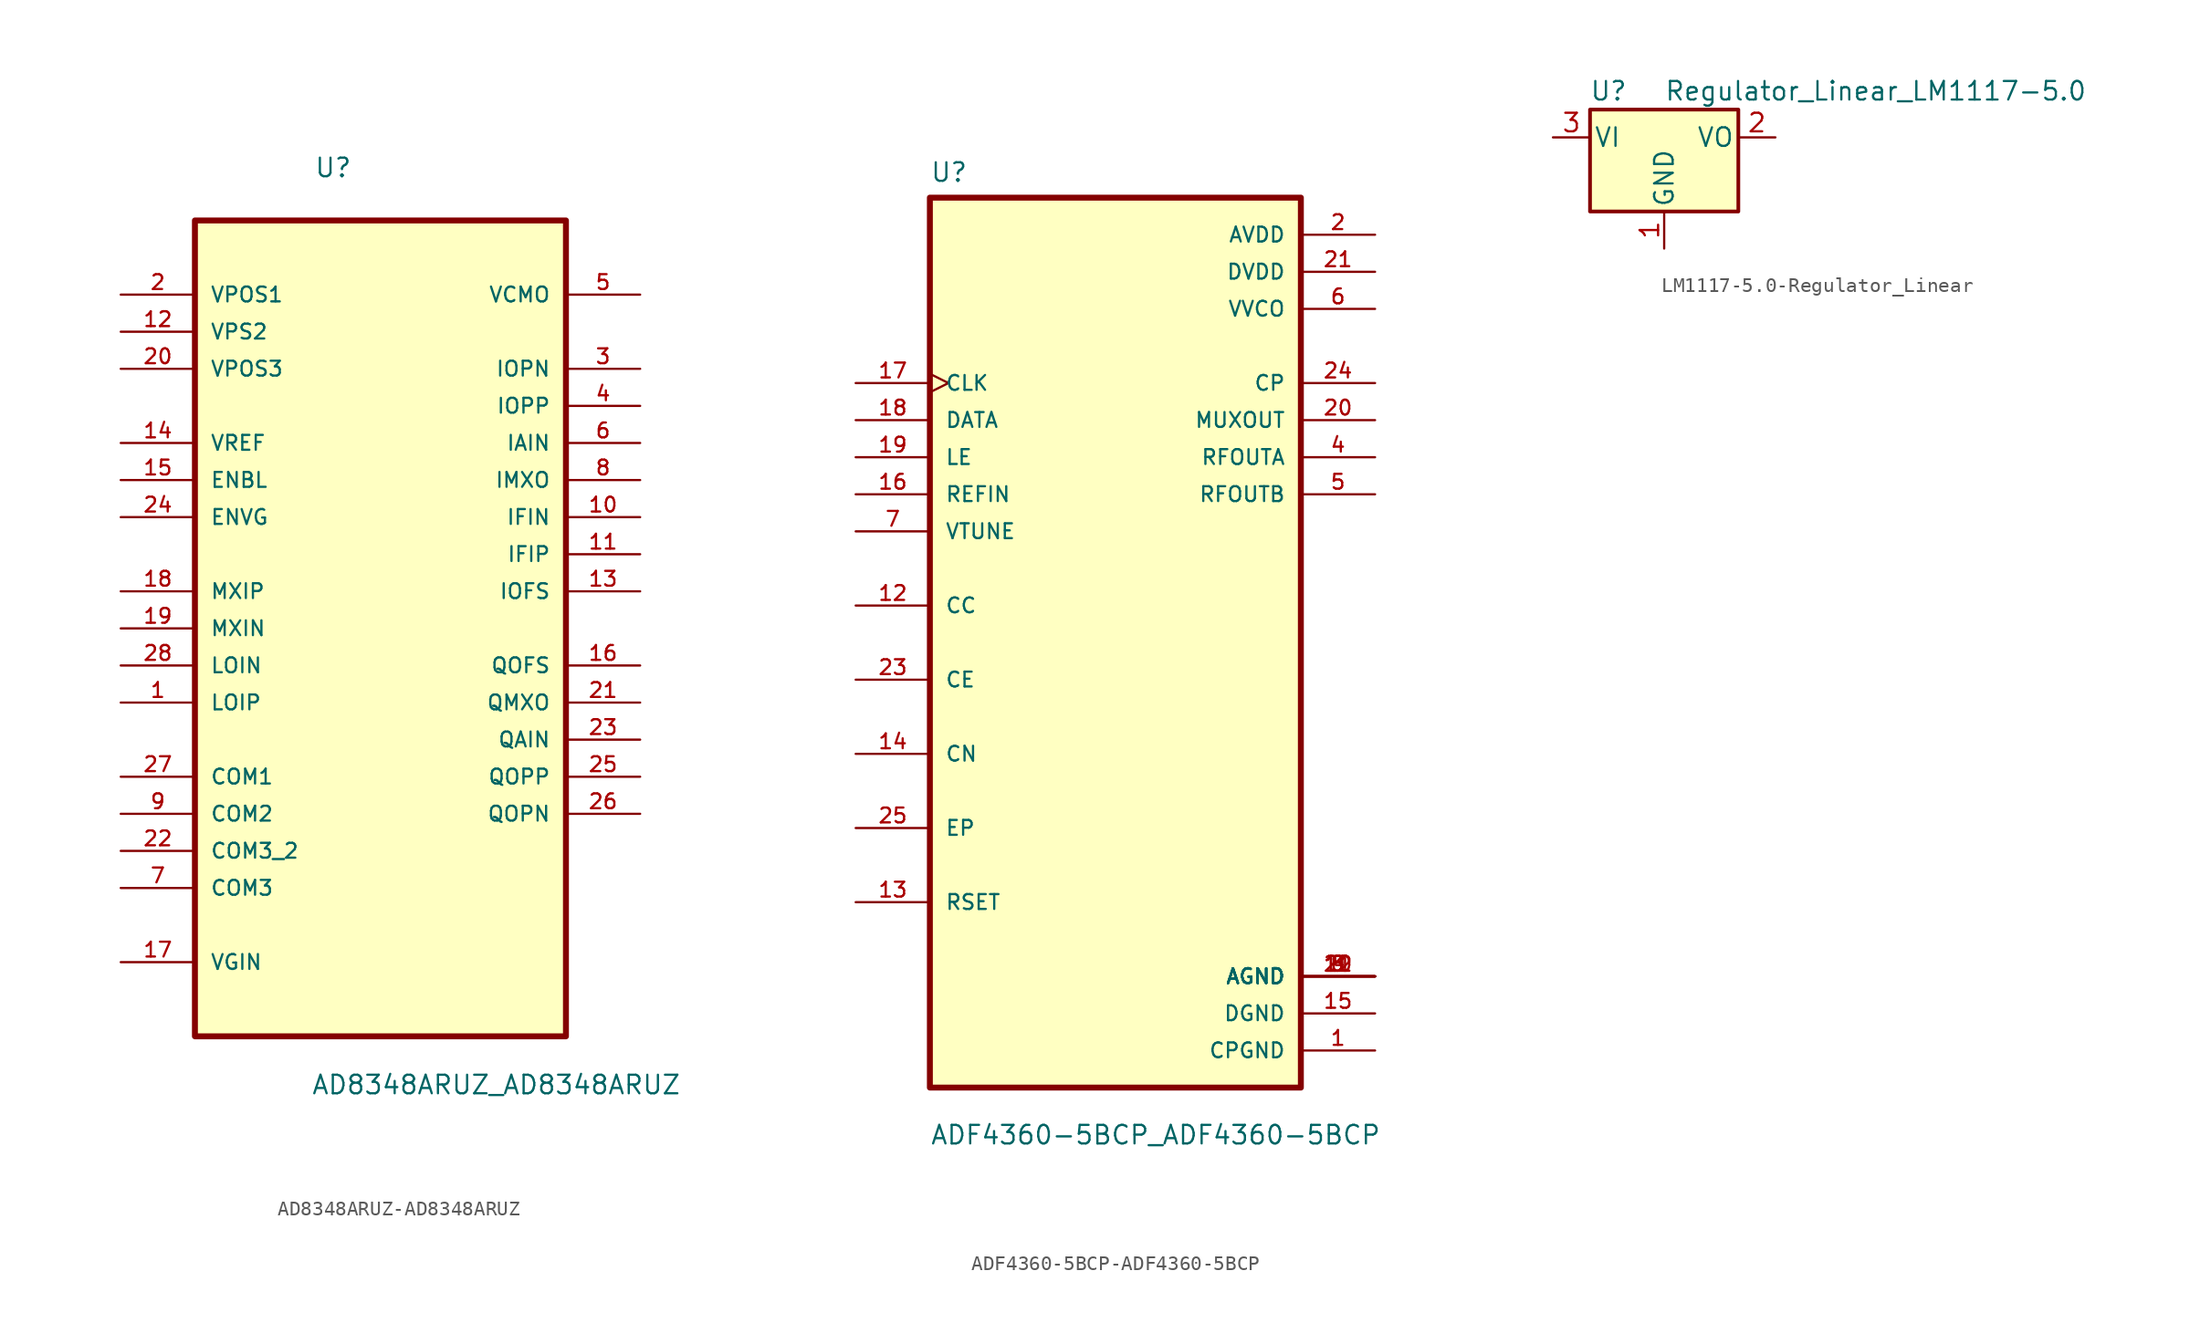
<source format=kicad_sym>
(kicad_symbol_lib
  (version 20231120)
  (generator "kicad_symbol_editor")
  (generator_version "8.0")
  (symbol "AD8348ARUZ-AD8348ARUZ"
    (pin_names
      (offset 1.016))
    (property "Reference" "U"
      (at -4.547 28.27 0)
      (effects (font (size 1.27 1.27)) (justify left bottom)))
    (property "Value" "AD8348ARUZ_AD8348ARUZ"
      (at -4.75 -34.544 0)
      (effects (font (size 1.27 1.27)) (justify left bottom)))
    (property "ki_locked" ""
      (at 0 0 0)
      (effects (font (size 1.27 1.27))))
    (symbol "AD8348ARUZ-AD8348ARUZ_0_0"
      (rectangle (start -12.7 -30.48) (end 12.7 25.4) (stroke (width 0.406) (type solid)) (fill (type background)))
      (pin input line (at -17.78 -7.62 0) (length 5.08) (name "LOIP" (effects (font (size 1.016 1.016)))) (number "1" (effects (font (size 1.016 1.016)))))
      (pin output line (at 17.78 5.08 180) (length 5.08) (name "IFIN" (effects (font (size 1.016 1.016)))) (number "10" (effects (font (size 1.016 1.016)))))
      (pin output line (at 17.78 2.54 180) (length 5.08) (name "IFIP" (effects (font (size 1.016 1.016)))) (number "11" (effects (font (size 1.016 1.016)))))
      (pin input line (at -17.78 17.78 0) (length 5.08) (name "VPS2" (effects (font (size 1.016 1.016)))) (number "12" (effects (font (size 1.016 1.016)))))
      (pin output line (at 17.78 0 180) (length 5.08) (name "IOFS" (effects (font (size 1.016 1.016)))) (number "13" (effects (font (size 1.016 1.016)))))
      (pin output line (at -17.78 10.16 0) (length 5.08) (name "VREF" (effects (font (size 1.016 1.016)))) (number "14" (effects (font (size 1.016 1.016)))))
      (pin input line (at -17.78 7.62 0) (length 5.08) (name "ENBL" (effects (font (size 1.016 1.016)))) (number "15" (effects (font (size 1.016 1.016)))))
      (pin output line (at 17.78 -5.08 180) (length 5.08) (name "QOFS" (effects (font (size 1.016 1.016)))) (number "16" (effects (font (size 1.016 1.016)))))
      (pin passive line (at -17.78 -25.4 0) (length 5.08) (name "VGIN" (effects (font (size 1.016 1.016)))) (number "17" (effects (font (size 1.016 1.016)))))
      (pin input line (at -17.78 0 0) (length 5.08) (name "MXIP" (effects (font (size 1.016 1.016)))) (number "18" (effects (font (size 1.016 1.016)))))
      (pin input line (at -17.78 -2.54 0) (length 5.08) (name "MXIN" (effects (font (size 1.016 1.016)))) (number "19" (effects (font (size 1.016 1.016)))))
      (pin input line (at -17.78 20.32 0) (length 5.08) (name "VPOS1" (effects (font (size 1.016 1.016)))) (number "2" (effects (font (size 1.016 1.016)))))
      (pin input line (at -17.78 15.24 0) (length 5.08) (name "VPOS3" (effects (font (size 1.016 1.016)))) (number "20" (effects (font (size 1.016 1.016)))))
      (pin output line (at 17.78 -7.62 180) (length 5.08) (name "QMXO" (effects (font (size 1.016 1.016)))) (number "21" (effects (font (size 1.016 1.016)))))
      (pin input line (at -17.78 -17.78 0) (length 5.08) (name "COM3_2" (effects (font (size 1.016 1.016)))) (number "22" (effects (font (size 1.016 1.016)))))
      (pin output line (at 17.78 -10.16 180) (length 5.08) (name "QAIN" (effects (font (size 1.016 1.016)))) (number "23" (effects (font (size 1.016 1.016)))))
      (pin input line (at -17.78 5.08 0) (length 5.08) (name "ENVG" (effects (font (size 1.016 1.016)))) (number "24" (effects (font (size 1.016 1.016)))))
      (pin output line (at 17.78 -12.7 180) (length 5.08) (name "QOPP" (effects (font (size 1.016 1.016)))) (number "25" (effects (font (size 1.016 1.016)))))
      (pin output line (at 17.78 -15.24 180) (length 5.08) (name "QOPN" (effects (font (size 1.016 1.016)))) (number "26" (effects (font (size 1.016 1.016)))))
      (pin input line (at -17.78 -12.7 0) (length 5.08) (name "COM1" (effects (font (size 1.016 1.016)))) (number "27" (effects (font (size 1.016 1.016)))))
      (pin input line (at -17.78 -5.08 0) (length 5.08) (name "LOIN" (effects (font (size 1.016 1.016)))) (number "28" (effects (font (size 1.016 1.016)))))
      (pin output line (at 17.78 15.24 180) (length 5.08) (name "IOPN" (effects (font (size 1.016 1.016)))) (number "3" (effects (font (size 1.016 1.016)))))
      (pin output line (at 17.78 12.7 180) (length 5.08) (name "IOPP" (effects (font (size 1.016 1.016)))) (number "4" (effects (font (size 1.016 1.016)))))
      (pin output line (at 17.78 20.32 180) (length 5.08) (name "VCMO" (effects (font (size 1.016 1.016)))) (number "5" (effects (font (size 1.016 1.016)))))
      (pin output line (at 17.78 10.16 180) (length 5.08) (name "IAIN" (effects (font (size 1.016 1.016)))) (number "6" (effects (font (size 1.016 1.016)))))
      (pin output line (at -17.78 -20.32 0) (length 5.08) (name "COM3" (effects (font (size 1.016 1.016)))) (number "7" (effects (font (size 1.016 1.016)))))
      (pin output line (at 17.78 7.62 180) (length 5.08) (name "IMXO" (effects (font (size 1.016 1.016)))) (number "8" (effects (font (size 1.016 1.016)))))
      (pin output line (at -17.78 -15.24 0) (length 5.08) (name "COM2" (effects (font (size 1.016 1.016)))) (number "9" (effects (font (size 1.016 1.016)))))))
  (symbol "ADF4360-5BCP-ADF4360-5BCP"
    (pin_names
      (offset 1.016))
    (property "Reference" "U"
      (at -12.7 31.471 0)
      (effects (font (size 1.27 1.27)) (justify left bottom)))
    (property "Value" "ADF4360-5BCP_ADF4360-5BCP"
      (at -12.7 -34.468 0)
      (effects (font (size 1.27 1.27)) (justify left bottom)))
    (property "ki_locked" ""
      (at 0 0 0)
      (effects (font (size 1.27 1.27))))
    (symbol "ADF4360-5BCP-ADF4360-5BCP_0_0"
      (rectangle (start -12.7 -30.48) (end 12.7 30.48) (stroke (width 0.406) (type solid)) (fill (type background)))
      (pin power_in line (at 17.78 -27.94 180) (length 5.08) (name "CPGND" (effects (font (size 1.016 1.016)))) (number "1" (effects (font (size 1.016 1.016)))))
      (pin power_in line (at 17.78 -22.86 180) (length 5.08) (name "AGND" (effects (font (size 1.016 1.016)))) (number "10" (effects (font (size 1.016 1.016)))))
      (pin power_in line (at 17.78 -22.86 180) (length 5.08) (name "AGND" (effects (font (size 1.016 1.016)))) (number "11" (effects (font (size 1.016 1.016)))))
      (pin bidirectional line (at -17.78 2.54 0) (length 5.08) (name "CC" (effects (font (size 1.016 1.016)))) (number "12" (effects (font (size 1.016 1.016)))))
      (pin bidirectional line (at -17.78 -17.78 0) (length 5.08) (name "RSET" (effects (font (size 1.016 1.016)))) (number "13" (effects (font (size 1.016 1.016)))))
      (pin bidirectional line (at -17.78 -7.62 0) (length 5.08) (name "CN" (effects (font (size 1.016 1.016)))) (number "14" (effects (font (size 1.016 1.016)))))
      (pin power_in line (at 17.78 -25.4 180) (length 5.08) (name "DGND" (effects (font (size 1.016 1.016)))) (number "15" (effects (font (size 1.016 1.016)))))
      (pin input line (at -17.78 10.16 0) (length 5.08) (name "REFIN" (effects (font (size 1.016 1.016)))) (number "16" (effects (font (size 1.016 1.016)))))
      (pin input clock (at -17.78 17.78 0) (length 5.08) (name "CLK" (effects (font (size 1.016 1.016)))) (number "17" (effects (font (size 1.016 1.016)))))
      (pin input line (at -17.78 15.24 0) (length 5.08) (name "DATA" (effects (font (size 1.016 1.016)))) (number "18" (effects (font (size 1.016 1.016)))))
      (pin input line (at -17.78 12.7 0) (length 5.08) (name "LE" (effects (font (size 1.016 1.016)))) (number "19" (effects (font (size 1.016 1.016)))))
      (pin power_in line (at 17.78 27.94 180) (length 5.08) (name "AVDD" (effects (font (size 1.016 1.016)))) (number "2" (effects (font (size 1.016 1.016)))))
      (pin output line (at 17.78 15.24 180) (length 5.08) (name "MUXOUT" (effects (font (size 1.016 1.016)))) (number "20" (effects (font (size 1.016 1.016)))))
      (pin power_in line (at 17.78 25.4 180) (length 5.08) (name "DVDD" (effects (font (size 1.016 1.016)))) (number "21" (effects (font (size 1.016 1.016)))))
      (pin power_in line (at 17.78 -22.86 180) (length 5.08) (name "AGND" (effects (font (size 1.016 1.016)))) (number "22" (effects (font (size 1.016 1.016)))))
      (pin bidirectional line (at -17.78 -2.54 0) (length 5.08) (name "CE" (effects (font (size 1.016 1.016)))) (number "23" (effects (font (size 1.016 1.016)))))
      (pin output line (at 17.78 17.78 180) (length 5.08) (name "CP" (effects (font (size 1.016 1.016)))) (number "24" (effects (font (size 1.016 1.016)))))
      (pin bidirectional line (at -17.78 -12.7 0) (length 5.08) (name "EP" (effects (font (size 1.016 1.016)))) (number "25" (effects (font (size 1.016 1.016)))))
      (pin power_in line (at 17.78 -22.86 180) (length 5.08) (name "AGND" (effects (font (size 1.016 1.016)))) (number "3" (effects (font (size 1.016 1.016)))))
      (pin output line (at 17.78 12.7 180) (length 5.08) (name "RFOUTA" (effects (font (size 1.016 1.016)))) (number "4" (effects (font (size 1.016 1.016)))))
      (pin output line (at 17.78 10.16 180) (length 5.08) (name "RFOUTB" (effects (font (size 1.016 1.016)))) (number "5" (effects (font (size 1.016 1.016)))))
      (pin power_in line (at 17.78 22.86 180) (length 5.08) (name "VVCO" (effects (font (size 1.016 1.016)))) (number "6" (effects (font (size 1.016 1.016)))))
      (pin input line (at -17.78 7.62 0) (length 5.08) (name "VTUNE" (effects (font (size 1.016 1.016)))) (number "7" (effects (font (size 1.016 1.016)))))
      (pin power_in line (at 17.78 -22.86 180) (length 5.08) (name "AGND" (effects (font (size 1.016 1.016)))) (number "8" (effects (font (size 1.016 1.016)))))
      (pin power_in line (at 17.78 -22.86 180) (length 5.08) (name "AGND" (effects (font (size 1.016 1.016)))) (number "9" (effects (font (size 1.016 1.016)))))))
  (symbol "LM1117-5.0-Regulator_Linear"
    (pin_names
      (offset 0.254))
    (property "Reference" "U"
      (at -3.81 3.175 0)
      (effects (font (size 1.27 1.27))))
    (property "Value" "Regulator_Linear_LM1117-5.0"
      (at 0 3.175 0)
      (effects (font (size 1.27 1.27)) (justify left)))
    (symbol "LM1117-5.0-Regulator_Linear_0_1"
      (rectangle (start -5.08 -5.08) (end 5.08 1.905) (stroke (width 0.254) (type solid)) (fill (type background))))
    (symbol "LM1117-5.0-Regulator_Linear_1_1"
      (pin power_in line (at 0 -7.62 90) (length 2.54) (name "GND" (effects (font (size 1.27 1.27)))) (number "1" (effects (font (size 1.27 1.27)))))
      (pin power_out line (at 7.62 0 180) (length 2.54) (name "VO" (effects (font (size 1.27 1.27)))) (number "2" (effects (font (size 1.27 1.27)))))
      (pin power_in line (at -7.62 0 0) (length 2.54) (name "VI" (effects (font (size 1.27 1.27)))) (number "3" (effects (font (size 1.27 1.27))))))))
</source>
